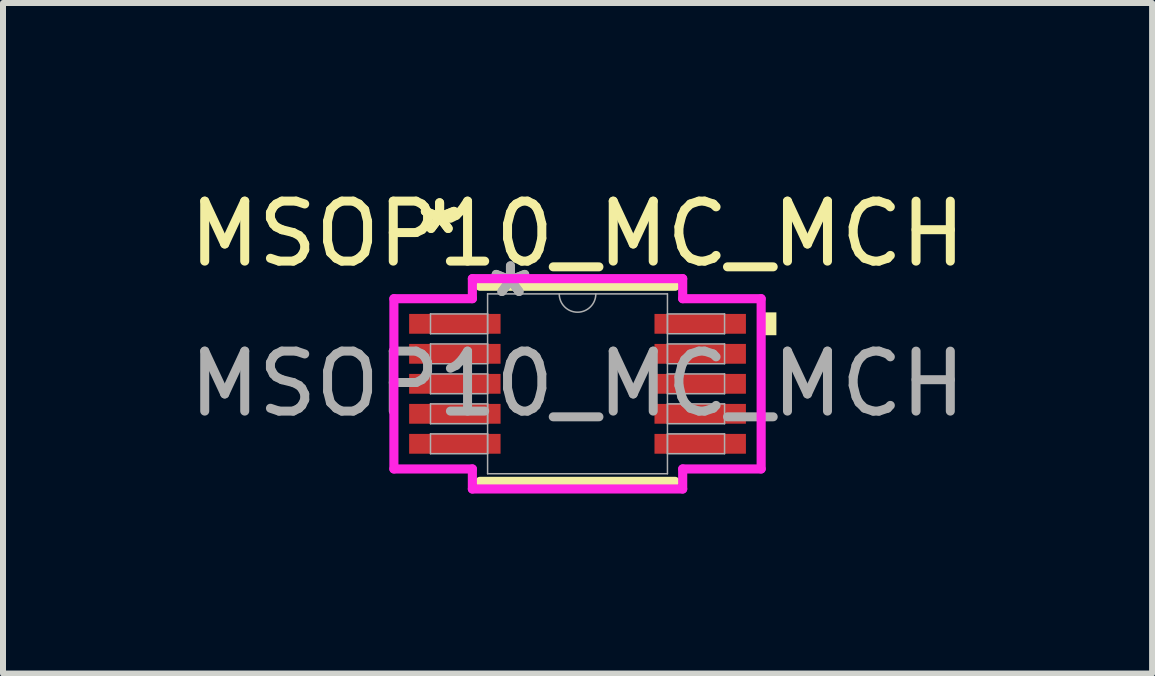
<source format=kicad_pcb>
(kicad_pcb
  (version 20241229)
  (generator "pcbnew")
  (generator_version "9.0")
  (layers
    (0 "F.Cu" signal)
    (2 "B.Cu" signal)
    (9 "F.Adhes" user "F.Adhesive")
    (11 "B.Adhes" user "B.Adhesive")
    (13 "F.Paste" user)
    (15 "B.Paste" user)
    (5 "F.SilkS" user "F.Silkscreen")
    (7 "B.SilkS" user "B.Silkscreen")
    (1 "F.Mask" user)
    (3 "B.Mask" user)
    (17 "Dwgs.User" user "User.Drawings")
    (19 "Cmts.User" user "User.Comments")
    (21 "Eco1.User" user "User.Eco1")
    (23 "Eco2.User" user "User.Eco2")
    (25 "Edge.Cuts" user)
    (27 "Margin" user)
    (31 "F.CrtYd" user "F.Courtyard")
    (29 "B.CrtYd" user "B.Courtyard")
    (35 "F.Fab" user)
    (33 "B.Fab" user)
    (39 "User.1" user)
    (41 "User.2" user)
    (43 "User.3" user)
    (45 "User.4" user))
  (footprint "MSOP10_MC_MCH"
    (layer "F.Cu")
    (at 6.577 3.348)
    (property "Reference" "MSOP10_MC_MCH" (at 0 -2.5 0) (unlocked yes) (layer "F.SilkS") (effects (font (size 1 1) (thickness 0.15))))
    (attr smd)
    (fp_line (start -1.626 1.626) (end 1.626 1.626) (stroke (width 0.152) (type solid)) (layer "F.SilkS"))
    (fp_line (start 1.626 -1.626) (end -1.626 -1.626) (stroke (width 0.152) (type solid)) (layer "F.SilkS"))
    (fp_poly (pts (xy 3.315 -1.191) (xy 3.315 -0.81) (xy 3.061 -0.81) (xy 3.061 -1.191)) (stroke (width 0) (type solid)) (fill yes) (layer "F.SilkS"))
    (fp_line (start -3.061 -1.419) (end -1.753 -1.419) (stroke (width 0.152) (type solid)) (layer "F.CrtYd"))
    (fp_line (start -3.061 1.419) (end -3.061 -1.419) (stroke (width 0.152) (type solid)) (layer "F.CrtYd"))
    (fp_line (start -3.061 1.419) (end -1.753 1.419) (stroke (width 0.152) (type solid)) (layer "F.CrtYd"))
    (fp_line (start -1.753 -1.753) (end 1.753 -1.753) (stroke (width 0.152) (type solid)) (layer "F.CrtYd"))
    (fp_line (start -1.753 -1.419) (end -1.753 -1.753) (stroke (width 0.152) (type solid)) (layer "F.CrtYd"))
    (fp_line (start -1.753 1.753) (end -1.753 1.419) (stroke (width 0.152) (type solid)) (layer "F.CrtYd"))
    (fp_line (start 1.753 -1.753) (end 1.753 -1.419) (stroke (width 0.152) (type solid)) (layer "F.CrtYd"))
    (fp_line (start 1.753 1.419) (end 1.753 1.753) (stroke (width 0.152) (type solid)) (layer "F.CrtYd"))
    (fp_line (start 1.753 1.753) (end -1.753 1.753) (stroke (width 0.152) (type solid)) (layer "F.CrtYd"))
    (fp_line (start 3.061 -1.419) (end 1.753 -1.419) (stroke (width 0.152) (type solid)) (layer "F.CrtYd"))
    (fp_line (start 3.061 -1.419) (end 3.061 1.419) (stroke (width 0.152) (type solid)) (layer "F.CrtYd"))
    (fp_line (start 3.061 1.419) (end 1.753 1.419) (stroke (width 0.152) (type solid)) (layer "F.CrtYd"))
    (fp_line (start -2.451 -1.165) (end -2.451 -0.835) (stroke (width 0.025) (type solid)) (layer "F.Fab"))
    (fp_line (start -2.451 -0.835) (end -1.499 -0.835) (stroke (width 0.025) (type solid)) (layer "F.Fab"))
    (fp_line (start -2.451 -0.665) (end -2.451 -0.335) (stroke (width 0.025) (type solid)) (layer "F.Fab"))
    (fp_line (start -2.451 -0.335) (end -1.499 -0.335) (stroke (width 0.025) (type solid)) (layer "F.Fab"))
    (fp_line (start -2.451 -0.165) (end -2.451 0.165) (stroke (width 0.025) (type solid)) (layer "F.Fab"))
    (fp_line (start -2.451 0.165) (end -1.499 0.165) (stroke (width 0.025) (type solid)) (layer "F.Fab"))
    (fp_line (start -2.451 0.335) (end -2.451 0.665) (stroke (width 0.025) (type solid)) (layer "F.Fab"))
    (fp_line (start -2.451 0.665) (end -1.499 0.665) (stroke (width 0.025) (type solid)) (layer "F.Fab"))
    (fp_line (start -2.451 0.835) (end -2.451 1.165) (stroke (width 0.025) (type solid)) (layer "F.Fab"))
    (fp_line (start -2.451 1.165) (end -1.499 1.165) (stroke (width 0.025) (type solid)) (layer "F.Fab"))
    (fp_line (start -1.499 -1.499) (end -1.499 1.499) (stroke (width 0.025) (type solid)) (layer "F.Fab"))
    (fp_line (start -1.499 -1.165) (end -2.451 -1.165) (stroke (width 0.025) (type solid)) (layer "F.Fab"))
    (fp_line (start -1.499 -0.835) (end -1.499 -1.165) (stroke (width 0.025) (type solid)) (layer "F.Fab"))
    (fp_line (start -1.499 -0.665) (end -2.451 -0.665) (stroke (width 0.025) (type solid)) (layer "F.Fab"))
    (fp_line (start -1.499 -0.335) (end -1.499 -0.665) (stroke (width 0.025) (type solid)) (layer "F.Fab"))
    (fp_line (start -1.499 -0.165) (end -2.451 -0.165) (stroke (width 0.025) (type solid)) (layer "F.Fab"))
    (fp_line (start -1.499 0.165) (end -1.499 -0.165) (stroke (width 0.025) (type solid)) (layer "F.Fab"))
    (fp_line (start -1.499 0.335) (end -2.451 0.335) (stroke (width 0.025) (type solid)) (layer "F.Fab"))
    (fp_line (start -1.499 0.665) (end -1.499 0.335) (stroke (width 0.025) (type solid)) (layer "F.Fab"))
    (fp_line (start -1.499 0.835) (end -2.451 0.835) (stroke (width 0.025) (type solid)) (layer "F.Fab"))
    (fp_line (start -1.499 1.165) (end -1.499 0.835) (stroke (width 0.025) (type solid)) (layer "F.Fab"))
    (fp_line (start -1.499 1.499) (end 1.499 1.499) (stroke (width 0.025) (type solid)) (layer "F.Fab"))
    (fp_line (start 1.499 -1.499) (end -1.499 -1.499) (stroke (width 0.025) (type solid)) (layer "F.Fab"))
    (fp_line (start 1.499 -1.165) (end 1.499 -0.835) (stroke (width 0.025) (type solid)) (layer "F.Fab"))
    (fp_line (start 1.499 -0.835) (end 2.451 -0.835) (stroke (width 0.025) (type solid)) (layer "F.Fab"))
    (fp_line (start 1.499 -0.665) (end 1.499 -0.335) (stroke (width 0.025) (type solid)) (layer "F.Fab"))
    (fp_line (start 1.499 -0.335) (end 2.451 -0.335) (stroke (width 0.025) (type solid)) (layer "F.Fab"))
    (fp_line (start 1.499 -0.165) (end 1.499 0.165) (stroke (width 0.025) (type solid)) (layer "F.Fab"))
    (fp_line (start 1.499 0.165) (end 2.451 0.165) (stroke (width 0.025) (type solid)) (layer "F.Fab"))
    (fp_line (start 1.499 0.335) (end 1.499 0.665) (stroke (width 0.025) (type solid)) (layer "F.Fab"))
    (fp_line (start 1.499 0.665) (end 2.451 0.665) (stroke (width 0.025) (type solid)) (layer "F.Fab"))
    (fp_line (start 1.499 0.835) (end 1.499 1.165) (stroke (width 0.025) (type solid)) (layer "F.Fab"))
    (fp_line (start 1.499 1.165) (end 2.451 1.165) (stroke (width 0.025) (type solid)) (layer "F.Fab"))
    (fp_line (start 1.499 1.499) (end 1.499 -1.499) (stroke (width 0.025) (type solid)) (layer "F.Fab"))
    (fp_line (start 2.451 -1.165) (end 1.499 -1.165) (stroke (width 0.025) (type solid)) (layer "F.Fab"))
    (fp_line (start 2.451 -0.835) (end 2.451 -1.165) (stroke (width 0.025) (type solid)) (layer "F.Fab"))
    (fp_line (start 2.451 -0.665) (end 1.499 -0.665) (stroke (width 0.025) (type solid)) (layer "F.Fab"))
    (fp_line (start 2.451 -0.335) (end 2.451 -0.665) (stroke (width 0.025) (type solid)) (layer "F.Fab"))
    (fp_line (start 2.451 -0.165) (end 1.499 -0.165) (stroke (width 0.025) (type solid)) (layer "F.Fab"))
    (fp_line (start 2.451 0.165) (end 2.451 -0.165) (stroke (width 0.025) (type solid)) (layer "F.Fab"))
    (fp_line (start 2.451 0.335) (end 1.499 0.335) (stroke (width 0.025) (type solid)) (layer "F.Fab"))
    (fp_line (start 2.451 0.665) (end 2.451 0.335) (stroke (width 0.025) (type solid)) (layer "F.Fab"))
    (fp_line (start 2.451 0.835) (end 1.499 0.835) (stroke (width 0.025) (type solid)) (layer "F.Fab"))
    (fp_line (start 2.451 1.165) (end 2.451 0.835) (stroke (width 0.025) (type solid)) (layer "F.Fab"))
    (fp_arc (start 0.3048 -1.4986) (mid 0 -1.1938) (end -0.3048 -1.4986) (stroke (width 0.0254) (type solid)) (layer "F.Fab"))
    (fp_text user "*" (at -2.299 -2.473 0) (unlocked yes) (layer "F.SilkS") (effects (font (size 1 1) (thickness 0.15))))
    (fp_text user "*" (at -2.299 -2.473 0) (layer "F.SilkS") (effects (font (size 1 1) (thickness 0.15))))
    (fp_text user "${REFERENCE}" (at 0 0 0) (unlocked yes) (layer "F.Fab") (effects (font (size 1 1) (thickness 0.15))))
    (fp_text user "*" (at -1.118 -1.422 0) (layer "F.Fab") (effects (font (size 1 1) (thickness 0.15))))
    (fp_text user "*" (at -1.118 -1.422 0) (unlocked yes) (layer "F.Fab") (effects (font (size 1 1) (thickness 0.15))))
    (pad "1" smd rect (at -2.045 -1) (size 1.524 0.33) (layers "F.Cu" "F.Mask" "F.Paste"))
    (pad "2" smd rect (at -2.045 -0.5) (size 1.524 0.33) (layers "F.Cu" "F.Mask" "F.Paste"))
    (pad "3" smd rect (at -2.045 0) (size 1.524 0.33) (layers "F.Cu" "F.Mask" "F.Paste"))
    (pad "4" smd rect (at -2.045 0.5) (size 1.524 0.33) (layers "F.Cu" "F.Mask" "F.Paste"))
    (pad "5" smd rect (at -2.045 1) (size 1.524 0.33) (layers "F.Cu" "F.Mask" "F.Paste"))
    (pad "6" smd rect (at 2.045 1) (size 1.524 0.33) (layers "F.Cu" "F.Mask" "F.Paste"))
    (pad "7" smd rect (at 2.045 0.5) (size 1.524 0.33) (layers "F.Cu" "F.Mask" "F.Paste"))
    (pad "8" smd rect (at 2.045 0) (size 1.524 0.33) (layers "F.Cu" "F.Mask" "F.Paste"))
    (pad "9" smd rect (at 2.045 -0.5) (size 1.524 0.33) (layers "F.Cu" "F.Mask" "F.Paste"))
    (pad "10" smd rect (at 2.045 -1) (size 1.524 0.33) (layers "F.Cu" "F.Mask" "F.Paste")))
  (gr_rect
    (start -3 -3)
    (end 16.155 8.177)
    (stroke (width 0.1) (type default))
    (fill no)
    (layer "Edge.Cuts")))
</source>
